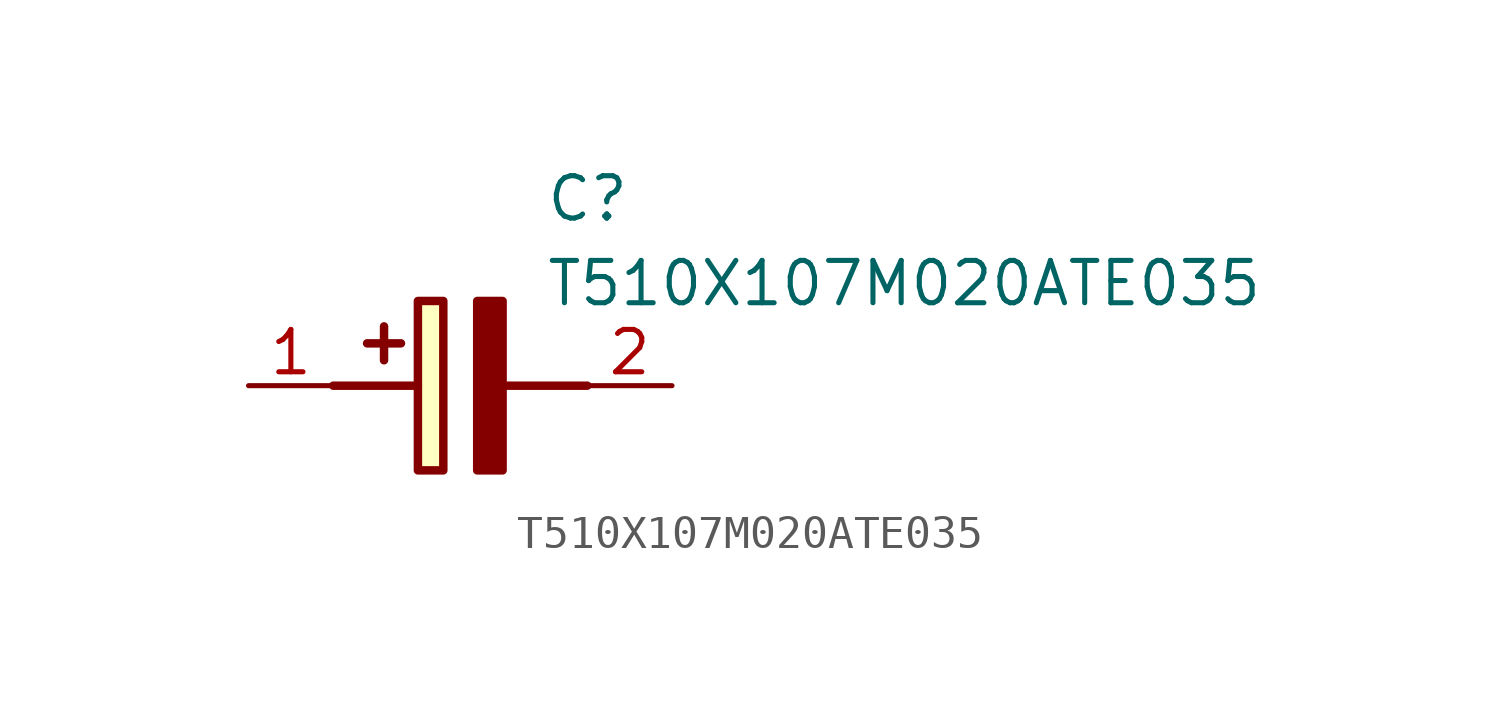
<source format=kicad_sym>
(kicad_symbol_lib
  (version 20211014)
  (generator SamacSys_ECAD_Model)
  (symbol "T510X107M020ATE035"
    (pin_names hide)
    (property "Reference" "C"
      (at 8.89 6.35 0)
      (effects (font (size 1.27 1.27)) (justify left top)))
    (property "Value" "T510X107M020ATE035"
      (at 8.89 3.81 0)
      (effects (font (size 1.27 1.27)) (justify left top)))
    (rectangle
      (start 5.08 2.54)
      (end 5.842 -2.54)
      (stroke (width 0.254) (type default))
      (fill (type background)))
    (polyline
      (pts (xy 4.572 1.27) (xy 3.556 1.27))
      (stroke (width 0.254) (type default))
      (fill (type none)))
    (polyline
      (pts (xy 4.064 1.778) (xy 4.064 0.762))
      (stroke (width 0.254) (type default))
      (fill (type none)))
    (polyline
      (pts (xy 2.54 0) (xy 5.08 0))
      (stroke (width 0.254) (type default))
      (fill (type none)))
    (polyline
      (pts (xy 7.62 0) (xy 10.16 0))
      (stroke (width 0.254) (type default))
      (fill (type none)))
    (polyline
      (pts (xy 7.62 2.54) (xy 7.62 -2.54) (xy 6.858 -2.54) (xy 6.858 2.54) (xy 7.62 2.54))
      (stroke (width 0.254) (type default))
      (fill (type outline)))
    (pin passive line
      (at 0 0 0)
      (length 2.54)
      (name "+" (effects (font (size 1.27 1.27))))
      (number "1" (effects (font (size 1.27 1.27)))))
    (pin passive line
      (at 12.7 0 180)
      (length 2.54)
      (name "-" (effects (font (size 1.27 1.27))))
      (number "2" (effects (font (size 1.27 1.27)))))))
</source>
